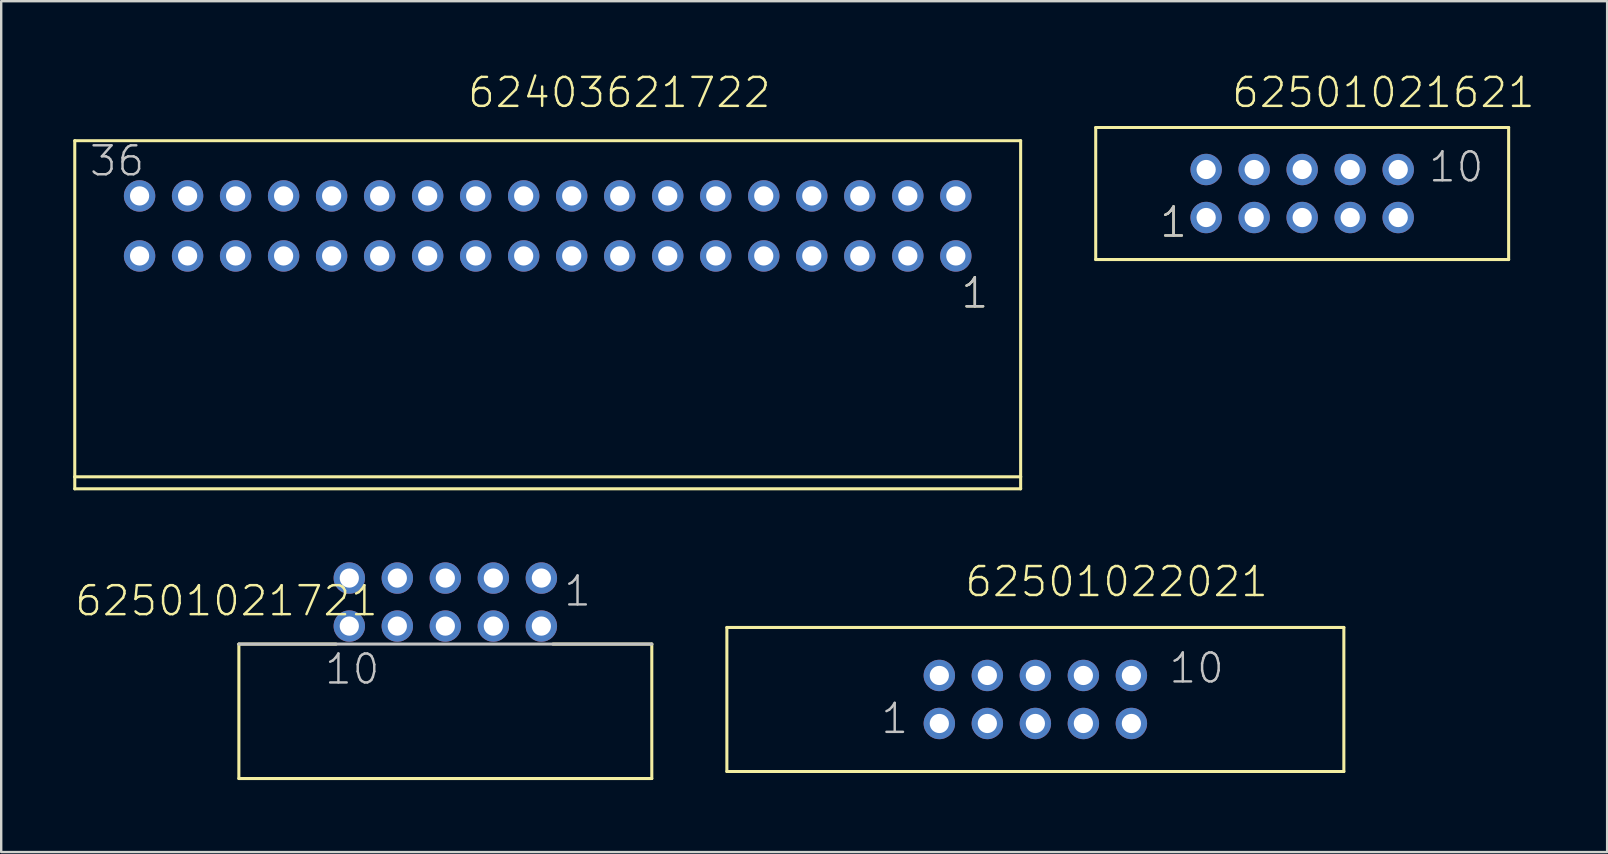
<source format=kicad_pcb>
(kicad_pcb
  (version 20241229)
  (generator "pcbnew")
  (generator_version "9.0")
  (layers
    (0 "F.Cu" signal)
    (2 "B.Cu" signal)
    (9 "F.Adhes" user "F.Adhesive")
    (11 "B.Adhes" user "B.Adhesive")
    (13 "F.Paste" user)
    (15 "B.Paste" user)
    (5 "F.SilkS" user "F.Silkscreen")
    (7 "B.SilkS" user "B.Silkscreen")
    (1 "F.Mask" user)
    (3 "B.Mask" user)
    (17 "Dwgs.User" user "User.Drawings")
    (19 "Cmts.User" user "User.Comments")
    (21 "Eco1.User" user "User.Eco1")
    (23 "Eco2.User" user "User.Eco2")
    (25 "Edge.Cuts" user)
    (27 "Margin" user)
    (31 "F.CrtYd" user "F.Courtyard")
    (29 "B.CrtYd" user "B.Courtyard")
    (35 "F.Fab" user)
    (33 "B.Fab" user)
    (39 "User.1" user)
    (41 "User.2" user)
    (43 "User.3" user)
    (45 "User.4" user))
  (footprint "62501021621"
    (layer "F.Cu")
    (at 51.191 5.011)
    (property "Reference" "62501021621" (at -3 -3.5 0) (layer "F.SilkS") (effects (font (size 1.206 1.206) (thickness 0.102)) (justify left bottom)))
    (attr through_hole)
    (fp_line (start -8.6 -2.75) (end -8.6 2.75) (stroke (width 0.127) (type solid)) (layer "F.SilkS"))
    (fp_line (start -8.6 2.75) (end 8.6 2.75) (stroke (width 0.127) (type solid)) (layer "F.SilkS"))
    (fp_line (start 8.6 -2.75) (end -8.6 -2.75) (stroke (width 0.127) (type solid)) (layer "F.SilkS"))
    (fp_line (start 8.6 2.75) (end 8.6 -2.75) (stroke (width 0.127) (type solid)) (layer "F.SilkS"))
    (fp_text user "1" (at -6 1.9 0) (layer "F.SilkS") (effects (font (size 1.206 1.206) (thickness 0.102)) (justify left bottom)))
    (fp_text user "1" (at -6 1.9 0) (layer "Dwgs.User") (effects (font (size 1.206 1.206) (thickness 0.102)) (justify left bottom)))
    (fp_text user "10" (at 5.2 -0.4 0) (layer "Dwgs.User") (effects (font (size 1.206 1.206) (thickness 0.102)) (justify left bottom)))
    (pad "1" thru_hole circle (at -4 1) (size 1.308 1.308) (drill 0.8) (layers "*.Cu" "*.Mask"))
    (pad "2" thru_hole circle (at -4 -1) (size 1.308 1.308) (drill 0.8) (layers "*.Cu" "*.Mask"))
    (pad "3" thru_hole circle (at -2 1) (size 1.308 1.308) (drill 0.8) (layers "*.Cu" "*.Mask"))
    (pad "4" thru_hole circle (at -2 -1) (size 1.308 1.308) (drill 0.8) (layers "*.Cu" "*.Mask"))
    (pad "5" thru_hole circle (at 0 1) (size 1.308 1.308) (drill 0.8) (layers "*.Cu" "*.Mask"))
    (pad "6" thru_hole circle (at 0 -1) (size 1.308 1.308) (drill 0.8) (layers "*.Cu" "*.Mask"))
    (pad "7" thru_hole circle (at 2 1) (size 1.308 1.308) (drill 0.8) (layers "*.Cu" "*.Mask"))
    (pad "8" thru_hole circle (at 2 -1) (size 1.308 1.308) (drill 0.8) (layers "*.Cu" "*.Mask"))
    (pad "9" thru_hole circle (at 4 1) (size 1.308 1.308) (drill 0.8) (layers "*.Cu" "*.Mask"))
    (pad "10" thru_hole circle (at 4 -1) (size 1.308 1.308) (drill 0.8) (layers "*.Cu" "*.Mask")))
  (footprint "62501022021"
    (layer "F.Cu")
    (at 40.077 26.086)
    (property "Reference" "62501022021" (at -3 -4.2 0) (layer "F.SilkS") (effects (font (size 1.206 1.206) (thickness 0.102)) (justify left bottom)))
    (attr through_hole)
    (fp_line (start -12.85 -3) (end -12.85 3) (stroke (width 0.127) (type solid)) (layer "F.SilkS"))
    (fp_line (start -12.85 3) (end 12.85 3) (stroke (width 0.127) (type solid)) (layer "F.SilkS"))
    (fp_line (start 12.85 -3) (end -12.85 -3) (stroke (width 0.127) (type solid)) (layer "F.SilkS"))
    (fp_line (start 12.85 3) (end 12.85 -3) (stroke (width 0.127) (type solid)) (layer "F.SilkS"))
    (fp_text user "10" (at 5.5 -0.6 0) (layer "Dwgs.User") (effects (font (size 1.206 1.206) (thickness 0.102)) (justify left bottom)))
    (fp_text user "1" (at -6.5 1.5 0) (layer "Dwgs.User") (effects (font (size 1.206 1.206) (thickness 0.102)) (justify left bottom)))
    (pad "1" thru_hole circle (at -4 1) (size 1.308 1.308) (drill 0.8) (layers "*.Cu" "*.Mask"))
    (pad "2" thru_hole circle (at -4 -1) (size 1.308 1.308) (drill 0.8) (layers "*.Cu" "*.Mask"))
    (pad "3" thru_hole circle (at -2 1) (size 1.308 1.308) (drill 0.8) (layers "*.Cu" "*.Mask"))
    (pad "4" thru_hole circle (at -2 -1) (size 1.308 1.308) (drill 0.8) (layers "*.Cu" "*.Mask"))
    (pad "5" thru_hole circle (at 0 1) (size 1.308 1.308) (drill 0.8) (layers "*.Cu" "*.Mask"))
    (pad "6" thru_hole circle (at 0 -1) (size 1.308 1.308) (drill 0.8) (layers "*.Cu" "*.Mask"))
    (pad "7" thru_hole circle (at 2 1) (size 1.308 1.308) (drill 0.8) (layers "*.Cu" "*.Mask"))
    (pad "8" thru_hole circle (at 2 -1) (size 1.308 1.308) (drill 0.8) (layers "*.Cu" "*.Mask"))
    (pad "9" thru_hole circle (at 4 1) (size 1.308 1.308) (drill 0.8) (layers "*.Cu" "*.Mask"))
    (pad "10" thru_hole circle (at 4 -1) (size 1.308 1.308) (drill 0.8) (layers "*.Cu" "*.Mask")))
  (footprint "62403621722"
    (layer "F.Cu")
    (at 19.764 6.361)
    (property "Reference" "62403621722" (at -3.4 -4.85 0) (layer "F.SilkS") (effects (font (size 1.206 1.206) (thickness 0.102)) (justify left bottom)))
    (attr through_hole)
    (fp_line (start -19.7 -3.55) (end -19.7 10.45) (stroke (width 0.127) (type solid)) (layer "F.SilkS"))
    (fp_line (start -19.7 10.45) (end -19.7 10.95) (stroke (width 0.127) (type solid)) (layer "F.SilkS"))
    (fp_line (start -19.7 10.45) (end 19.7 10.45) (stroke (width 0.127) (type solid)) (layer "F.SilkS"))
    (fp_line (start -19.7 10.95) (end 19.7 10.95) (stroke (width 0.127) (type solid)) (layer "F.SilkS"))
    (fp_line (start 19.7 -3.55) (end -19.7 -3.55) (stroke (width 0.127) (type solid)) (layer "F.SilkS"))
    (fp_line (start 19.7 10.45) (end 19.7 -3.55) (stroke (width 0.127) (type solid)) (layer "F.SilkS"))
    (fp_line (start 19.7 10.95) (end 19.7 10.45) (stroke (width 0.127) (type solid)) (layer "F.SilkS"))
    (fp_text user "1" (at 17.15 3.5 0) (layer "F.SilkS") (effects (font (size 1.206 1.206) (thickness 0.102)) (justify left bottom)))
    (fp_text user "36" (at -19.155 -2 0) (layer "Dwgs.User") (effects (font (size 1.206 1.206) (thickness 0.102)) (justify left bottom)))
    (fp_text user "1" (at 17.15 3.5 0) (layer "Dwgs.User") (effects (font (size 1.206 1.206) (thickness 0.102)) (justify left bottom)))
    (pad "1" thru_hole circle (at 17 1.25 180) (size 1.308 1.308) (drill 0.8) (layers "*.Cu" "*.Mask"))
    (pad "2" thru_hole circle (at 17 -1.25 180) (size 1.308 1.308) (drill 0.8) (layers "*.Cu" "*.Mask"))
    (pad "3" thru_hole circle (at 15 1.25 180) (size 1.308 1.308) (drill 0.8) (layers "*.Cu" "*.Mask"))
    (pad "4" thru_hole circle (at 15 -1.25 180) (size 1.308 1.308) (drill 0.8) (layers "*.Cu" "*.Mask"))
    (pad "5" thru_hole circle (at 13 1.25 180) (size 1.308 1.308) (drill 0.8) (layers "*.Cu" "*.Mask"))
    (pad "6" thru_hole circle (at 13 -1.25 180) (size 1.308 1.308) (drill 0.8) (layers "*.Cu" "*.Mask"))
    (pad "7" thru_hole circle (at 11 1.25 180) (size 1.308 1.308) (drill 0.8) (layers "*.Cu" "*.Mask"))
    (pad "8" thru_hole circle (at 11 -1.25 180) (size 1.308 1.308) (drill 0.8) (layers "*.Cu" "*.Mask"))
    (pad "9" thru_hole circle (at 9 1.25 180) (size 1.308 1.308) (drill 0.8) (layers "*.Cu" "*.Mask"))
    (pad "10" thru_hole circle (at 9 -1.25 180) (size 1.308 1.308) (drill 0.8) (layers "*.Cu" "*.Mask"))
    (pad "11" thru_hole circle (at 7 1.25 180) (size 1.308 1.308) (drill 0.8) (layers "*.Cu" "*.Mask"))
    (pad "12" thru_hole circle (at 7 -1.25 180) (size 1.308 1.308) (drill 0.8) (layers "*.Cu" "*.Mask"))
    (pad "13" thru_hole circle (at 5 1.25 180) (size 1.308 1.308) (drill 0.8) (layers "*.Cu" "*.Mask"))
    (pad "14" thru_hole circle (at 5 -1.25 180) (size 1.308 1.308) (drill 0.8) (layers "*.Cu" "*.Mask"))
    (pad "15" thru_hole circle (at 3 1.25 180) (size 1.308 1.308) (drill 0.8) (layers "*.Cu" "*.Mask"))
    (pad "16" thru_hole circle (at 3 -1.25 180) (size 1.308 1.308) (drill 0.8) (layers "*.Cu" "*.Mask"))
    (pad "17" thru_hole circle (at 1 1.25 180) (size 1.308 1.308) (drill 0.8) (layers "*.Cu" "*.Mask"))
    (pad "18" thru_hole circle (at 1 -1.25 180) (size 1.308 1.308) (drill 0.8) (layers "*.Cu" "*.Mask"))
    (pad "19" thru_hole circle (at -1 1.25 180) (size 1.308 1.308) (drill 0.8) (layers "*.Cu" "*.Mask"))
    (pad "20" thru_hole circle (at -1 -1.25 180) (size 1.308 1.308) (drill 0.8) (layers "*.Cu" "*.Mask"))
    (pad "21" thru_hole circle (at -3 1.25 180) (size 1.308 1.308) (drill 0.8) (layers "*.Cu" "*.Mask"))
    (pad "22" thru_hole circle (at -3 -1.25 180) (size 1.308 1.308) (drill 0.8) (layers "*.Cu" "*.Mask"))
    (pad "23" thru_hole circle (at -5 1.25 180) (size 1.308 1.308) (drill 0.8) (layers "*.Cu" "*.Mask"))
    (pad "24" thru_hole circle (at -5 -1.25 180) (size 1.308 1.308) (drill 0.8) (layers "*.Cu" "*.Mask"))
    (pad "25" thru_hole circle (at -7 1.25 180) (size 1.308 1.308) (drill 0.8) (layers "*.Cu" "*.Mask"))
    (pad "26" thru_hole circle (at -7 -1.25 180) (size 1.308 1.308) (drill 0.8) (layers "*.Cu" "*.Mask"))
    (pad "27" thru_hole circle (at -9 1.25 180) (size 1.308 1.308) (drill 0.8) (layers "*.Cu" "*.Mask"))
    (pad "28" thru_hole circle (at -9 -1.25 180) (size 1.308 1.308) (drill 0.8) (layers "*.Cu" "*.Mask"))
    (pad "29" thru_hole circle (at -11 1.25 180) (size 1.308 1.308) (drill 0.8) (layers "*.Cu" "*.Mask"))
    (pad "30" thru_hole circle (at -11 -1.25 180) (size 1.308 1.308) (drill 0.8) (layers "*.Cu" "*.Mask"))
    (pad "31" thru_hole circle (at -13 1.25 180) (size 1.308 1.308) (drill 0.8) (layers "*.Cu" "*.Mask"))
    (pad "32" thru_hole circle (at -13 -1.25 180) (size 1.308 1.308) (drill 0.8) (layers "*.Cu" "*.Mask"))
    (pad "33" thru_hole circle (at -15 1.25 180) (size 1.308 1.308) (drill 0.8) (layers "*.Cu" "*.Mask"))
    (pad "34" thru_hole circle (at -15 -1.25 180) (size 1.308 1.308) (drill 0.8) (layers "*.Cu" "*.Mask"))
    (pad "35" thru_hole circle (at -17 1.25 180) (size 1.308 1.308) (drill 0.8) (layers "*.Cu" "*.Mask"))
    (pad "36" thru_hole circle (at -17 -1.25 180) (size 1.308 1.308) (drill 0.8) (layers "*.Cu" "*.Mask")))
  (footprint "62501021721"
    (layer "F.Cu")
    (at 15.5 22.029)
    (property "Reference" "62501021721" (at -15.5 0.655 0) (layer "F.SilkS") (effects (font (size 1.206 1.206) (thickness 0.102)) (justify left bottom)))
    (attr through_hole)
    (fp_line (start -8.6 1.75) (end -8.6 7.35) (stroke (width 0.127) (type solid)) (layer "F.SilkS"))
    (fp_line (start -8.6 7.35) (end 8.6 7.35) (stroke (width 0.127) (type solid)) (layer "F.SilkS"))
    (fp_line (start -4.55 1.75) (end -8.6 1.75) (stroke (width 0.127) (type solid)) (layer "F.SilkS"))
    (fp_line (start 4.48 1.75) (end 8.6 1.75) (stroke (width 0.127) (type solid)) (layer "F.SilkS"))
    (fp_line (start 8.6 7.35) (end 8.6 1.75) (stroke (width 0.127) (type solid)) (layer "F.SilkS"))
    (fp_line (start 8.6 1.75) (end -8.6 1.75) (stroke (width 0.127) (type solid)) (layer "Dwgs.User"))
    (fp_text user "10" (at -5.095 3.5 0) (layer "Dwgs.User") (effects (font (size 1.206 1.206) (thickness 0.102)) (justify left bottom)))
    (fp_text user "1" (at 4.865 0.25 0) (layer "Dwgs.User") (effects (font (size 1.206 1.206) (thickness 0.102)) (justify left bottom)))
    (pad "1" thru_hole circle (at 4 -1 180) (size 1.308 1.308) (drill 0.8) (layers "*.Cu" "*.Mask"))
    (pad "2" thru_hole circle (at 4 1 180) (size 1.308 1.308) (drill 0.8) (layers "*.Cu" "*.Mask"))
    (pad "3" thru_hole circle (at 2 -1 180) (size 1.308 1.308) (drill 0.8) (layers "*.Cu" "*.Mask"))
    (pad "4" thru_hole circle (at 2 1 180) (size 1.308 1.308) (drill 0.8) (layers "*.Cu" "*.Mask"))
    (pad "5" thru_hole circle (at 0 -1 180) (size 1.308 1.308) (drill 0.8) (layers "*.Cu" "*.Mask"))
    (pad "6" thru_hole circle (at 0 1 180) (size 1.308 1.308) (drill 0.8) (layers "*.Cu" "*.Mask"))
    (pad "7" thru_hole circle (at -2 -1 180) (size 1.308 1.308) (drill 0.8) (layers "*.Cu" "*.Mask"))
    (pad "8" thru_hole circle (at -2 1 180) (size 1.308 1.308) (drill 0.8) (layers "*.Cu" "*.Mask"))
    (pad "9" thru_hole circle (at -4 -1 180) (size 1.308 1.308) (drill 0.8) (layers "*.Cu" "*.Mask"))
    (pad "10" thru_hole circle (at -4 1 180) (size 1.308 1.308) (drill 0.8) (layers "*.Cu" "*.Mask")))
  (gr_rect
    (start -3 -3)
    (end 63.894 32.442)
    (stroke (width 0.1) (type default))
    (fill no)
    (layer "Edge.Cuts")))
</source>
